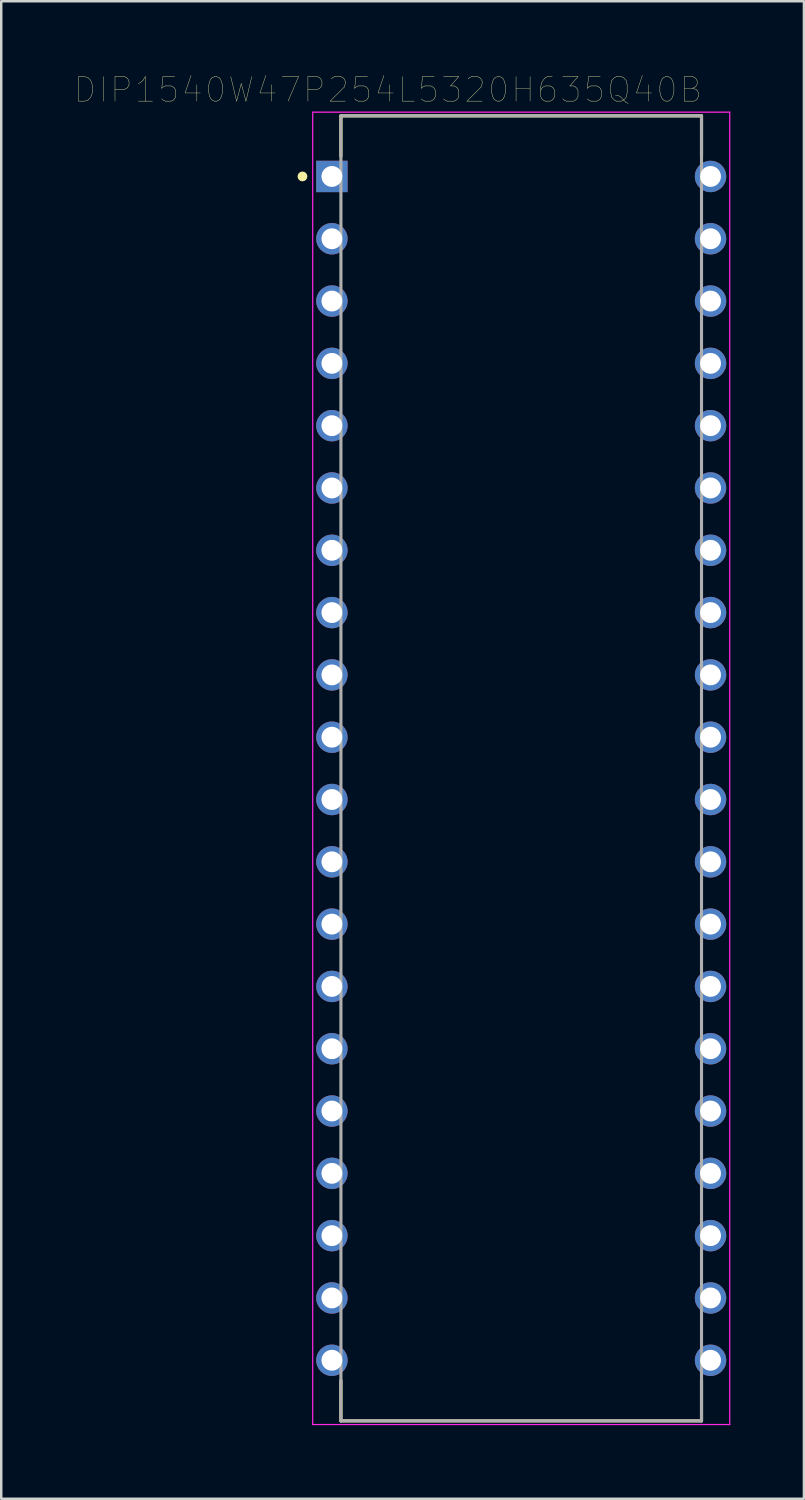
<source format=kicad_pcb>
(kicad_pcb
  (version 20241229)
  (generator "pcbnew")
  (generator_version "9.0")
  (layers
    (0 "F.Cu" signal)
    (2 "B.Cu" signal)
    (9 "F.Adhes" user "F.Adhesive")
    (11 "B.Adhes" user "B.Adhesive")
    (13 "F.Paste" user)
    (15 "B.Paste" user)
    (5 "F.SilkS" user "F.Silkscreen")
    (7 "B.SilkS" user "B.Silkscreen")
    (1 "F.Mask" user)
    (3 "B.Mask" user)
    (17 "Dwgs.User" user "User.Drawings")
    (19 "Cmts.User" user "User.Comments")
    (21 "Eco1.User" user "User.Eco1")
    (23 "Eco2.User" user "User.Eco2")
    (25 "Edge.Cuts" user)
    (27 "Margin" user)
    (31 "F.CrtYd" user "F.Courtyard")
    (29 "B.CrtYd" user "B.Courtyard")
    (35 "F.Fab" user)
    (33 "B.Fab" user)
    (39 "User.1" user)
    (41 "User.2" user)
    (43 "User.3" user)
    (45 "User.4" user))
  (footprint "DIP1540W47P254L5320H635Q40B"
    (layer "F.Cu")
    (at 18.198 28.273)
    (property "Reference" "DIP1540W47P254L5320H635Q40B" (at -5.43 -27.662 0) (layer "F.SilkS") (effects (font (size 1.001 1.001) (thickness 0.015))))
    (attr through_hole)
    (fp_line (start -7.35 -26.6) (end -7.35 -24.95) (stroke (width 0.127) (type solid)) (layer "F.SilkS"))
    (fp_line (start -7.35 -26.6) (end 7.35 -26.6) (stroke (width 0.127) (type solid)) (layer "F.SilkS"))
    (fp_line (start -7.35 26.6) (end -7.35 24.95) (stroke (width 0.127) (type solid)) (layer "F.SilkS"))
    (fp_line (start 7.35 -26.6) (end 7.35 -24.95) (stroke (width 0.127) (type solid)) (layer "F.SilkS"))
    (fp_line (start 7.35 26.6) (end -7.35 26.6) (stroke (width 0.127) (type solid)) (layer "F.SilkS"))
    (fp_line (start 7.35 26.6) (end 7.35 24.95) (stroke (width 0.127) (type solid)) (layer "F.SilkS"))
    (fp_circle (center -8.918 -24.13) (end -8.818 -24.13) (stroke (width 0.2) (type solid)) (fill no) (layer "F.SilkS"))
    (fp_line (start -8.5 -26.75) (end 8.5 -26.75) (stroke (width 0.05) (type solid)) (layer "F.CrtYd"))
    (fp_line (start -8.5 26.75) (end -8.5 -26.75) (stroke (width 0.05) (type solid)) (layer "F.CrtYd"))
    (fp_line (start 8.5 -26.75) (end 8.5 26.75) (stroke (width 0.05) (type solid)) (layer "F.CrtYd"))
    (fp_line (start 8.5 26.75) (end -8.5 26.75) (stroke (width 0.05) (type solid)) (layer "F.CrtYd"))
    (fp_line (start -7.35 -26.6) (end 7.35 -26.6) (stroke (width 0.127) (type solid)) (layer "F.Fab"))
    (fp_line (start -7.35 26.6) (end -7.35 -26.6) (stroke (width 0.127) (type solid)) (layer "F.Fab"))
    (fp_line (start 7.35 -26.6) (end 7.35 26.6) (stroke (width 0.127) (type solid)) (layer "F.Fab"))
    (fp_line (start 7.35 26.6) (end -7.35 26.6) (stroke (width 0.127) (type solid)) (layer "F.Fab"))
    (fp_circle (center -7.718 -24.13) (end -7.617 -24.13) (stroke (width 0.2) (type solid)) (fill no) (layer "F.Fab"))
    (pad "1" thru_hole rect (at -7.718 -24.13) (size 1.28 1.28) (drill 0.85) (layers "*.Cu" "*.Mask"))
    (pad "2" thru_hole circle (at -7.718 -21.59) (size 1.28 1.28) (drill 0.85) (layers "*.Cu" "*.Mask"))
    (pad "3" thru_hole circle (at -7.718 -19.05) (size 1.28 1.28) (drill 0.85) (layers "*.Cu" "*.Mask"))
    (pad "4" thru_hole circle (at -7.718 -16.51) (size 1.28 1.28) (drill 0.85) (layers "*.Cu" "*.Mask"))
    (pad "5" thru_hole circle (at -7.718 -13.97) (size 1.28 1.28) (drill 0.85) (layers "*.Cu" "*.Mask"))
    (pad "6" thru_hole circle (at -7.718 -11.43) (size 1.28 1.28) (drill 0.85) (layers "*.Cu" "*.Mask"))
    (pad "7" thru_hole circle (at -7.718 -8.89) (size 1.28 1.28) (drill 0.85) (layers "*.Cu" "*.Mask"))
    (pad "8" thru_hole circle (at -7.718 -6.35) (size 1.28 1.28) (drill 0.85) (layers "*.Cu" "*.Mask"))
    (pad "9" thru_hole circle (at -7.718 -3.81) (size 1.28 1.28) (drill 0.85) (layers "*.Cu" "*.Mask"))
    (pad "10" thru_hole circle (at -7.718 -1.27) (size 1.28 1.28) (drill 0.85) (layers "*.Cu" "*.Mask"))
    (pad "11" thru_hole circle (at -7.718 1.27) (size 1.28 1.28) (drill 0.85) (layers "*.Cu" "*.Mask"))
    (pad "12" thru_hole circle (at -7.718 3.81) (size 1.28 1.28) (drill 0.85) (layers "*.Cu" "*.Mask"))
    (pad "13" thru_hole circle (at -7.718 6.35) (size 1.28 1.28) (drill 0.85) (layers "*.Cu" "*.Mask"))
    (pad "14" thru_hole circle (at -7.718 8.89) (size 1.28 1.28) (drill 0.85) (layers "*.Cu" "*.Mask"))
    (pad "15" thru_hole circle (at -7.718 11.43) (size 1.28 1.28) (drill 0.85) (layers "*.Cu" "*.Mask"))
    (pad "16" thru_hole circle (at -7.718 13.97) (size 1.28 1.28) (drill 0.85) (layers "*.Cu" "*.Mask"))
    (pad "17" thru_hole circle (at -7.718 16.51) (size 1.28 1.28) (drill 0.85) (layers "*.Cu" "*.Mask"))
    (pad "18" thru_hole circle (at -7.718 19.05) (size 1.28 1.28) (drill 0.85) (layers "*.Cu" "*.Mask"))
    (pad "19" thru_hole circle (at -7.718 21.59) (size 1.28 1.28) (drill 0.85) (layers "*.Cu" "*.Mask"))
    (pad "20" thru_hole circle (at -7.718 24.13) (size 1.28 1.28) (drill 0.85) (layers "*.Cu" "*.Mask"))
    (pad "21" thru_hole circle (at 7.718 24.13) (size 1.28 1.28) (drill 0.85) (layers "*.Cu" "*.Mask"))
    (pad "22" thru_hole circle (at 7.718 21.59) (size 1.28 1.28) (drill 0.85) (layers "*.Cu" "*.Mask"))
    (pad "23" thru_hole circle (at 7.718 19.05) (size 1.28 1.28) (drill 0.85) (layers "*.Cu" "*.Mask"))
    (pad "24" thru_hole circle (at 7.718 16.51) (size 1.28 1.28) (drill 0.85) (layers "*.Cu" "*.Mask"))
    (pad "25" thru_hole circle (at 7.718 13.97) (size 1.28 1.28) (drill 0.85) (layers "*.Cu" "*.Mask"))
    (pad "26" thru_hole circle (at 7.718 11.43) (size 1.28 1.28) (drill 0.85) (layers "*.Cu" "*.Mask"))
    (pad "27" thru_hole circle (at 7.718 8.89) (size 1.28 1.28) (drill 0.85) (layers "*.Cu" "*.Mask"))
    (pad "28" thru_hole circle (at 7.718 6.35) (size 1.28 1.28) (drill 0.85) (layers "*.Cu" "*.Mask"))
    (pad "29" thru_hole circle (at 7.718 3.81) (size 1.28 1.28) (drill 0.85) (layers "*.Cu" "*.Mask"))
    (pad "30" thru_hole circle (at 7.718 1.27) (size 1.28 1.28) (drill 0.85) (layers "*.Cu" "*.Mask"))
    (pad "31" thru_hole circle (at 7.718 -1.27) (size 1.28 1.28) (drill 0.85) (layers "*.Cu" "*.Mask"))
    (pad "32" thru_hole circle (at 7.718 -3.81) (size 1.28 1.28) (drill 0.85) (layers "*.Cu" "*.Mask"))
    (pad "33" thru_hole circle (at 7.718 -6.35) (size 1.28 1.28) (drill 0.85) (layers "*.Cu" "*.Mask"))
    (pad "34" thru_hole circle (at 7.718 -8.89) (size 1.28 1.28) (drill 0.85) (layers "*.Cu" "*.Mask"))
    (pad "35" thru_hole circle (at 7.718 -11.43) (size 1.28 1.28) (drill 0.85) (layers "*.Cu" "*.Mask"))
    (pad "36" thru_hole circle (at 7.718 -13.97) (size 1.28 1.28) (drill 0.85) (layers "*.Cu" "*.Mask"))
    (pad "37" thru_hole circle (at 7.718 -16.51) (size 1.28 1.28) (drill 0.85) (layers "*.Cu" "*.Mask"))
    (pad "38" thru_hole circle (at 7.718 -19.05) (size 1.28 1.28) (drill 0.85) (layers "*.Cu" "*.Mask"))
    (pad "39" thru_hole circle (at 7.718 -21.59) (size 1.28 1.28) (drill 0.85) (layers "*.Cu" "*.Mask"))
    (pad "40" thru_hole circle (at 7.718 -24.13) (size 1.28 1.28) (drill 0.85) (layers "*.Cu" "*.Mask")))
  (gr_rect
    (start -3 -3)
    (end 29.723 58.048)
    (stroke (width 0.1) (type default))
    (fill no)
    (layer "Edge.Cuts")))
</source>
